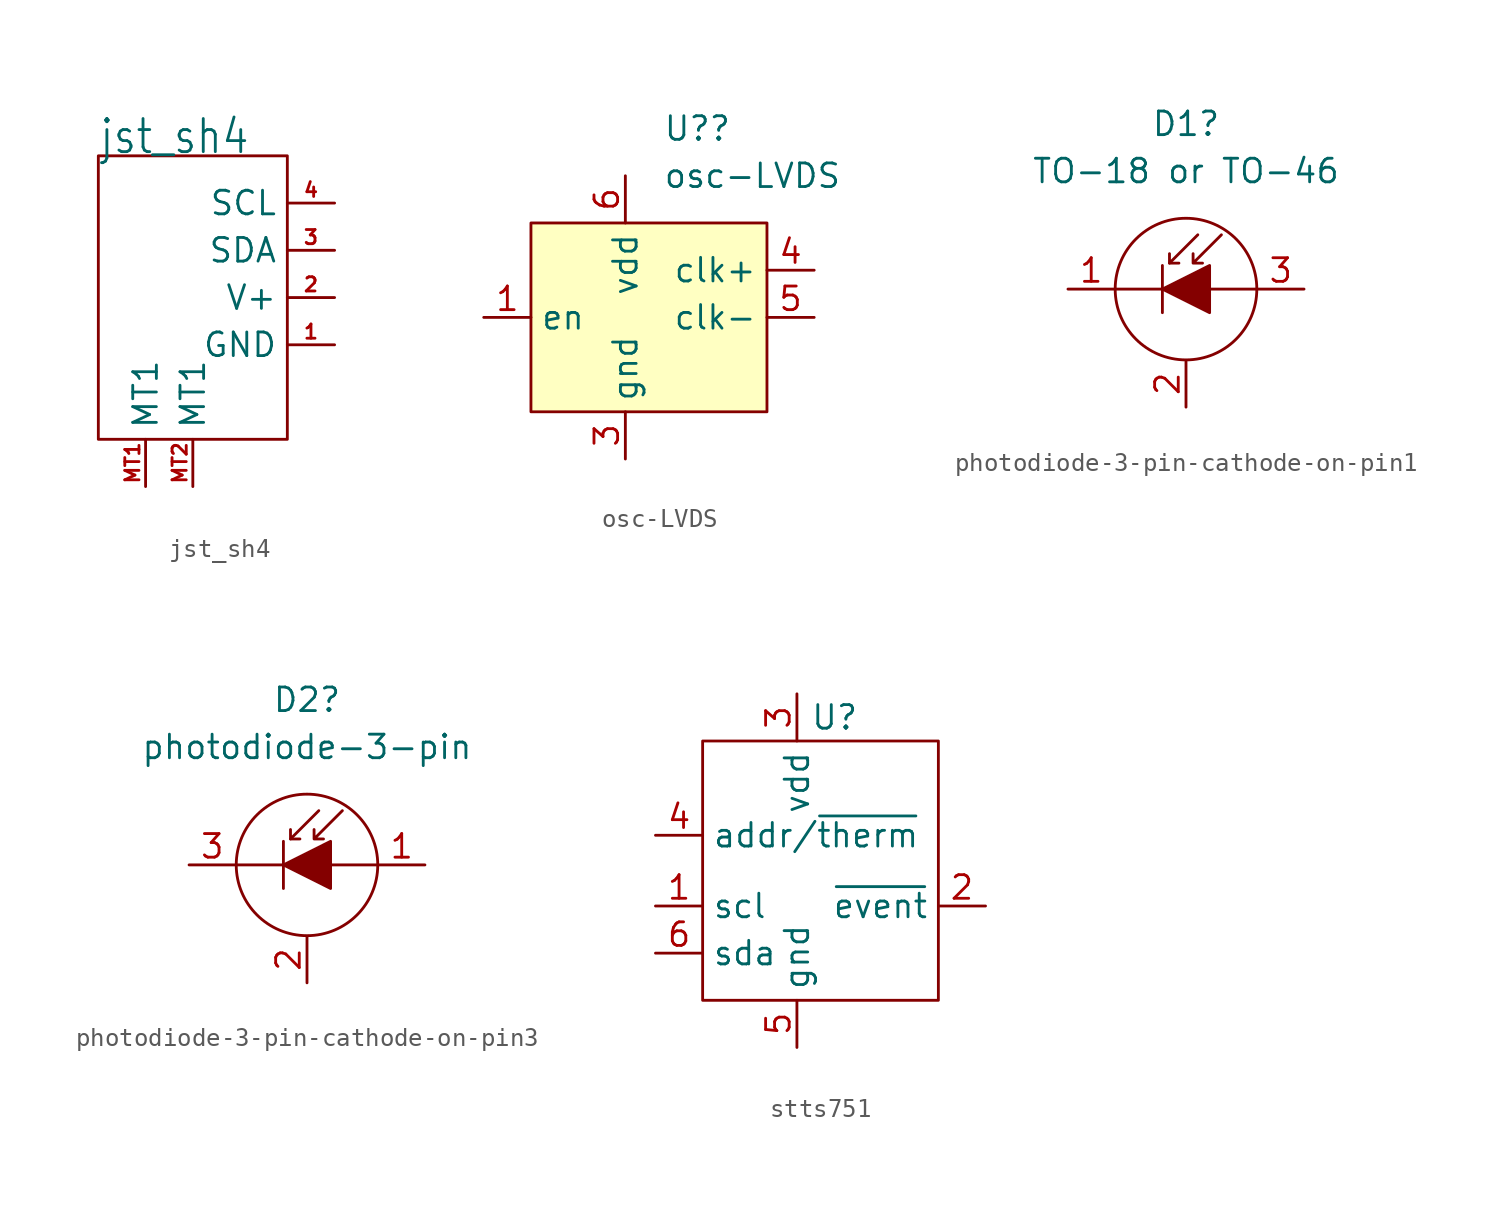
<source format=kicad_sym>
(kicad_symbol_lib
  (version 20241209)
  (generator "kicad_symbol_editor")
  (generator_version "9.0")
  (symbol "jst_sh4"
    (property "Reference" "qwiic_stemma_qt1"
      (at -12.7 7.62 0)
      (effects (font (size 1.778 1.511)) (justify left bottom) (hide yes)))
    (property "Value" "jst_sh4"
      (at -10.16 7.62 0)
      (effects (font (size 1.778 1.511)) (justify left bottom)))
    (symbol "jst_sh4_0_1"
      (rectangle (start 0 7.62) (end -10.16 -7.62) (stroke (width 0) (type default)) (fill (type none))))
    (symbol "jst_sh4_1_0"
      (pin power_in line (at -7.62 -10.16 90) (length 2.54) (name "MT1" (effects (font (size 1.27 1.27)))) (number "MT1" (effects (font (size 0.762 0.762)))))
      (pin power_in line (at -5.08 -10.16 90) (length 2.54) (name "MT1" (effects (font (size 1.27 1.27)))) (number "MT2" (effects (font (size 0.762 0.762)))))
      (pin passive line (at 2.54 5.08 180) (length 2.54) (name "SCL" (effects (font (size 1.27 1.27)))) (number "4" (effects (font (size 0.762 0.762)))))
      (pin passive line (at 2.54 2.54 180) (length 2.54) (name "SDA" (effects (font (size 1.27 1.27)))) (number "3" (effects (font (size 0.762 0.762)))))
      (pin power_in line (at 2.54 0 180) (length 2.54) (name "V+" (effects (font (size 1.27 1.27)))) (number "2" (effects (font (size 0.762 0.762)))))
      (pin power_in line (at 2.54 -2.54 180) (length 2.54) (name "GND" (effects (font (size 1.27 1.27)))) (number "1" (effects (font (size 0.762 0.762)))))))
  (symbol "osc-LVDS"
    (property "Reference" "U?"
      (at 2.019 10.16 0)
      (effects (font (size 1.27 1.27)) (justify left)))
    (property "Value" "osc-LVDS"
      (at 2.019 7.62 0)
      (effects (font (size 1.27 1.27)) (justify left)))
    (symbol "osc-LVDS_0_1"
      (rectangle (start -5.08 5.08) (end 7.62 -5.08) (stroke (width 0) (type default)) (fill (type background))))
    (symbol "osc-LVDS_1_1"
      (pin input line (at -7.62 0 0) (length 2.54) (name "en" (effects (font (size 1.27 1.27)))) (number "1" (effects (font (size 1.27 1.27)))))
      (pin input line (at 0 7.62 270) (length 2.54) (name "vdd" (effects (font (size 1.27 1.27)))) (number "6" (effects (font (size 1.27 1.27)))))
      (pin input line (at 0 -7.62 90) (length 2.54) (name "gnd" (effects (font (size 1.27 1.27)))) (number "3" (effects (font (size 1.27 1.27)))))
      (pin no_connect line (at 5.08 -7.62 90) (length 2.54) (hide yes) (name "NC" (effects (font (size 1.27 1.27)))) (number "2" (effects (font (size 1.27 1.27)))))
      (pin input line (at 10.16 2.54 180) (length 2.54) (name "clk+" (effects (font (size 1.27 1.27)))) (number "4" (effects (font (size 1.27 1.27)))))
      (pin input line (at 10.16 0 180) (length 2.54) (name "clk-" (effects (font (size 1.27 1.27)))) (number "5" (effects (font (size 1.27 1.27)))))))
  (symbol "photodiode-3-pin-cathode-on-pin1"
    (pin_names
      (offset 0.254)
      (hide yes))
    (property "Reference" "D1"
      (at 0 8.89 0)
      (effects (font (size 1.27 1.27))))
    (property "Value" "TO-18 or TO-46"
      (at 0 6.35 0)
      (effects (font (size 1.27 1.27))))
    (symbol "photodiode-3-pin-cathode-on-pin1_0_1"
      (polyline (pts (xy -1.27 1.27) (xy -1.27 -1.27)) (stroke (width 0.152) (type default)) (fill (type none)))
      (polyline (pts (xy -1.27 0) (xy -3.81 0)) (stroke (width 0) (type default)) (fill (type none)))
      (polyline (pts (xy -1.27 0) (xy 1.27 1.27) (xy 1.27 -1.27) (xy -1.27 0)) (stroke (width 0) (type default)) (fill (type outline)))
      (polyline (pts (xy -0.889 1.397) (xy -0.381 1.397)) (stroke (width 0) (type default)) (fill (type none)))
      (circle (center 0 0) (radius 3.81) (stroke (width 0) (type default)) (fill (type none)))
      (polyline (pts (xy 0.635 2.921) (xy -0.889 1.397) (xy -0.889 1.905)) (stroke (width 0) (type default)) (fill (type none)))
      (polyline (pts (xy 1.905 2.921) (xy 0.381 1.397) (xy 0.381 1.905) (xy 0.381 1.397) (xy 0.889 1.397)) (stroke (width 0) (type default)) (fill (type none)))
      (polyline (pts (xy 3.81 0) (xy 1.27 0)) (stroke (width 0) (type default)) (fill (type none))))
    (symbol "photodiode-3-pin-cathode-on-pin1_1_0"
      (pin passive line (at 0 -6.35 90) (length 2.5) (name "C" (effects (font (size 1.27 1.27)))) (number "2" (effects (font (size 1.27 1.27))))))
    (symbol "photodiode-3-pin-cathode-on-pin1_1_1"
      (pin passive line (at -6.35 0 0) (length 2.5) (name "K" (effects (font (size 1.27 1.27)))) (number "1" (effects (font (size 1.27 1.27)))))
      (pin passive line (at 6.35 0 180) (length 2.5) (name "A" (effects (font (size 1.27 1.27)))) (number "3" (effects (font (size 1.27 1.27)))))))
  (symbol "photodiode-3-pin-cathode-on-pin3"
    (pin_names
      (offset 0.254)
      (hide yes))
    (property "Reference" "D2"
      (at 0 8.89 0)
      (effects (font (size 1.27 1.27))))
    (property "Value" "photodiode-3-pin"
      (at 0 6.35 0)
      (effects (font (size 1.27 1.27))))
    (symbol "photodiode-3-pin-cathode-on-pin3_0_1"
      (polyline (pts (xy -1.27 1.27) (xy -1.27 -1.27)) (stroke (width 0.152) (type default)) (fill (type none)))
      (polyline (pts (xy -1.27 0) (xy -3.81 0)) (stroke (width 0) (type default)) (fill (type none)))
      (polyline (pts (xy -1.27 0) (xy 1.27 1.27) (xy 1.27 -1.27) (xy -1.27 0)) (stroke (width 0) (type default)) (fill (type outline)))
      (polyline (pts (xy -0.889 1.397) (xy -0.381 1.397)) (stroke (width 0) (type default)) (fill (type none)))
      (circle (center 0 0) (radius 3.81) (stroke (width 0) (type default)) (fill (type none)))
      (polyline (pts (xy 0.635 2.921) (xy -0.889 1.397) (xy -0.889 1.905)) (stroke (width 0) (type default)) (fill (type none)))
      (polyline (pts (xy 1.905 2.921) (xy 0.381 1.397) (xy 0.381 1.905) (xy 0.381 1.397) (xy 0.889 1.397)) (stroke (width 0) (type default)) (fill (type none)))
      (polyline (pts (xy 3.81 0) (xy 1.27 0)) (stroke (width 0) (type default)) (fill (type none))))
    (symbol "photodiode-3-pin-cathode-on-pin3_1_0"
      (pin passive line (at 0 -6.35 90) (length 2.5) (name "C" (effects (font (size 1.27 1.27)))) (number "2" (effects (font (size 1.27 1.27))))))
    (symbol "photodiode-3-pin-cathode-on-pin3_1_1"
      (pin passive line (at -6.35 0 0) (length 2.5) (name "K" (effects (font (size 1.27 1.27)))) (number "3" (effects (font (size 1.27 1.27)))))
      (pin passive line (at 6.35 0 180) (length 2.5) (name "A" (effects (font (size 1.27 1.27)))) (number "1" (effects (font (size 1.27 1.27)))))))
  (symbol "stts751"
    (property "Reference" "U"
      (at 2.032 6.35 0)
      (effects (font (size 1.27 1.27))))
    (property "Value" ""
      (at 0 0 0)
      (effects (font (size 1.27 1.27))))
    (symbol "stts751_0_1"
      (rectangle (start -5.08 5.08) (end 7.62 -8.89) (stroke (width 0) (type default)) (fill (type none))))
    (symbol "stts751_1_1"
      (pin input line (at -7.62 0 0) (length 2.54) (name "addr/~{therm}" (effects (font (size 1.27 1.27)))) (number "4" (effects (font (size 1.27 1.27)))))
      (pin input line (at -7.62 -3.81 0) (length 2.54) (name "scl" (effects (font (size 1.27 1.27)))) (number "1" (effects (font (size 1.27 1.27)))))
      (pin bidirectional line (at -7.62 -6.35 0) (length 2.54) (name "sda" (effects (font (size 1.27 1.27)))) (number "6" (effects (font (size 1.27 1.27)))))
      (pin power_in line (at 0 7.62 270) (length 2.54) (name "vdd" (effects (font (size 1.27 1.27)))) (number "3" (effects (font (size 1.27 1.27)))))
      (pin power_in line (at 0 -11.43 90) (length 2.54) (name "gnd" (effects (font (size 1.27 1.27)))) (number "5" (effects (font (size 1.27 1.27)))))
      (pin output line (at 10.16 -3.81 180) (length 2.54) (name "~{event}" (effects (font (size 1.27 1.27)))) (number "2" (effects (font (size 1.27 1.27))))))))
</source>
